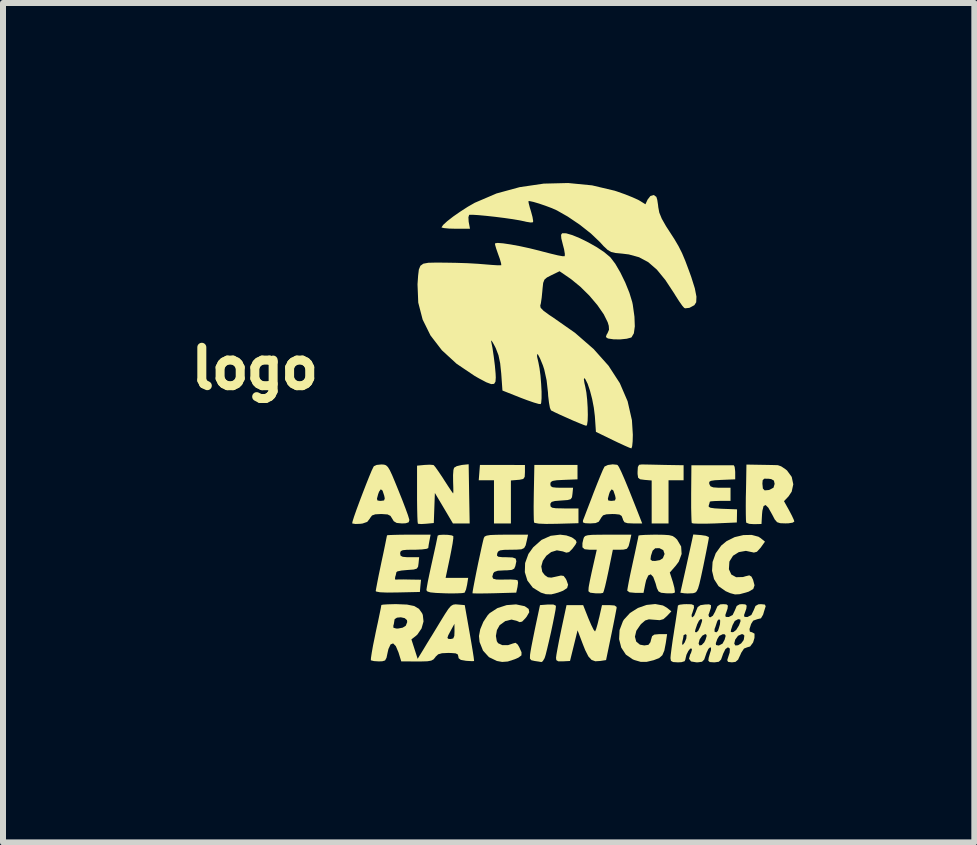
<source format=kicad_pcb>
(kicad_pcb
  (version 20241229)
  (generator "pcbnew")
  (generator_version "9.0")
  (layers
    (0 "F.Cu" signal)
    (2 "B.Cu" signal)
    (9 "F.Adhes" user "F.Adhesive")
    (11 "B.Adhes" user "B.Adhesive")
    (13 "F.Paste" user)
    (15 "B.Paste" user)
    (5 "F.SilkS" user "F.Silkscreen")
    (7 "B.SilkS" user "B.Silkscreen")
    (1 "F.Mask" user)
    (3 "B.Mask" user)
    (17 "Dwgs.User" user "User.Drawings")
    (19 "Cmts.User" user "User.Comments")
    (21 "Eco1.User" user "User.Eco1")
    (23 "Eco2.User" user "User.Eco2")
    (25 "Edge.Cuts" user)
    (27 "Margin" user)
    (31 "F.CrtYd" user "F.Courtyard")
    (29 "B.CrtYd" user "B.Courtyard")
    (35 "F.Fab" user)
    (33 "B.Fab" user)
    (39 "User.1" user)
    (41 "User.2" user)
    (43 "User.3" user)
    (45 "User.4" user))
  (footprint "logo"
    (layer "F.Cu")
    (at 6.277 4.359)
    (property "Reference" "logo" (at -5.08 -1.27 0) (layer "F.SilkS") (effects (font (size 0.64 0.64) (thickness 0.15))))
    (attr smd)
    (fp_poly (pts (xy -0.954 0.339) (xy -0.579 0.34) (xy -0.579 0.459) (xy -0.583 0.537) (xy -0.607 0.573) (xy -0.67 0.586) (xy -0.696 0.588) (xy -0.813 0.598) (xy -0.813 0.956) (xy -0.813 1.314) (xy -0.954 1.314) (xy -1.095 1.314) (xy -1.095 0.954) (xy -1.095 0.594) (xy -1.222 0.594) (xy -1.349 0.594) (xy -1.339 0.467) (xy -1.329 0.339)) (stroke (width 0) (type solid)) (fill yes) (layer "F.SilkS"))
    (fp_poly (pts (xy 1.369 0.331) (xy 1.429 0.332) (xy 1.535 0.334) (xy 1.668 0.337) (xy 1.752 0.339) (xy 2.065 0.344) (xy 2.065 0.469) (xy 2.065 0.594) (xy 1.939 0.594) (xy 1.814 0.594) (xy 1.814 0.954) (xy 1.814 1.314) (xy 1.674 1.314) (xy 1.533 1.314) (xy 1.533 0.956) (xy 1.533 0.598) (xy 1.415 0.588) (xy 1.34 0.578) (xy 1.307 0.552) (xy 1.298 0.49) (xy 1.298 0.454) (xy 1.303 0.373) (xy 1.323 0.337) (xy 1.368 0.331)) (stroke (width 0) (type solid)) (fill yes) (layer "F.SilkS"))
    (fp_poly (pts (xy 2.356 1.508) (xy 2.437 1.52) (xy 2.482 1.54) (xy 2.487 1.548) (xy 2.48 1.589) (xy 2.463 1.679) (xy 2.438 1.806) (xy 2.407 1.959) (xy 2.394 2.023) (xy 2.357 2.196) (xy 2.329 2.318) (xy 2.306 2.397) (xy 2.284 2.443) (xy 2.26 2.466) (xy 2.23 2.475) (xy 2.222 2.477) (xy 2.132 2.481) (xy 2.077 2.478) (xy 2.011 2.468) (xy 2.065 2.227) (xy 2.101 2.067) (xy 2.141 1.886) (xy 2.173 1.742) (xy 2.226 1.498)) (stroke (width 0) (type solid)) (fill yes) (layer "F.SilkS"))
    (fp_poly (pts (xy -0.066 2.683) (xy -0.063 2.699) (xy -0.069 2.752) (xy -0.088 2.852) (xy -0.114 2.982) (xy -0.145 3.128) (xy -0.178 3.273) (xy -0.209 3.404) (xy -0.234 3.504) (xy -0.251 3.558) (xy -0.282 3.61) (xy -0.304 3.624) (xy -0.35 3.616) (xy -0.418 3.606) (xy -0.474 3.593) (xy -0.496 3.565) (xy -0.494 3.503) (xy -0.488 3.462) (xy -0.473 3.375) (xy -0.448 3.248) (xy -0.418 3.099) (xy -0.398 3.003) (xy -0.328 2.675) (xy -0.195 2.665) (xy -0.106 2.665)) (stroke (width 0) (type solid)) (fill yes) (layer "F.SilkS"))
    (fp_poly (pts (xy -1.865 1.504) (xy -1.8 1.513) (xy -1.773 1.525) (xy -1.773 1.563) (xy -1.785 1.649) (xy -1.807 1.769) (xy -1.83 1.885) (xy -1.901 2.221) (xy -1.713 2.221) (xy -1.525 2.221) (xy -1.543 2.336) (xy -1.561 2.415) (xy -1.583 2.465) (xy -1.586 2.468) (xy -1.626 2.475) (xy -1.714 2.479) (xy -1.835 2.48) (xy -1.916 2.478) (xy -2.061 2.472) (xy -2.154 2.463) (xy -2.204 2.448) (xy -2.221 2.427) (xy -2.221 2.423) (xy -2.214 2.377) (xy -2.197 2.282) (xy -2.17 2.152) (xy -2.137 1.999) (xy -2.127 1.955) (xy -2.093 1.801) (xy -2.064 1.67) (xy -2.044 1.573) (xy -2.034 1.522) (xy -2.033 1.517) (xy -2.006 1.506) (xy -1.942 1.502)) (stroke (width 0) (type solid)) (fill yes) (layer "F.SilkS"))
    (fp_poly (pts (xy 1.172 1.603) (xy 1.149 1.692) (xy 1.12 1.736) (xy 1.065 1.75) (xy 1.004 1.752) (xy 0.886 1.752) (xy 0.814 2.104) (xy 0.784 2.244) (xy 0.757 2.361) (xy 0.735 2.441) (xy 0.723 2.471) (xy 0.682 2.479) (xy 0.605 2.479) (xy 0.585 2.477) (xy 0.509 2.468) (xy 0.479 2.444) (xy 0.482 2.385) (xy 0.487 2.352) (xy 0.504 2.264) (xy 0.53 2.141) (xy 0.56 2.007) (xy 0.563 1.994) (xy 0.618 1.752) (xy 0.497 1.752) (xy 0.416 1.744) (xy 0.379 1.712) (xy 0.379 1.643) (xy 0.395 1.572) (xy 0.406 1.543) (xy 0.426 1.523) (xy 0.467 1.511) (xy 0.539 1.504) (xy 0.653 1.502) (xy 0.804 1.501) (xy 1.194 1.501)) (stroke (width 0) (type solid)) (fill yes) (layer "F.SilkS"))
    (fp_poly (pts (xy 3.312 1.535) (xy 3.345 1.556) (xy 3.421 1.617) (xy 3.349 1.718) (xy 3.287 1.786) (xy 3.235 1.8) (xy 3.226 1.797) (xy 3.103 1.771) (xy 2.985 1.792) (xy 2.889 1.852) (xy 2.831 1.944) (xy 2.828 1.954) (xy 2.82 2.077) (xy 2.86 2.165) (xy 2.941 2.21) (xy 3.055 2.207) (xy 3.094 2.195) (xy 3.16 2.179) (xy 3.196 2.2) (xy 3.223 2.254) (xy 3.247 2.345) (xy 3.226 2.406) (xy 3.151 2.45) (xy 3.104 2.465) (xy 2.999 2.493) (xy 2.922 2.497) (xy 2.843 2.476) (xy 2.766 2.443) (xy 2.647 2.359) (xy 2.572 2.241) (xy 2.539 2.103) (xy 2.548 1.956) (xy 2.6 1.811) (xy 2.693 1.682) (xy 2.784 1.607) (xy 2.916 1.542) (xy 3.061 1.508) (xy 3.199 1.505)) (stroke (width 0) (type solid)) (fill yes) (layer "F.SilkS"))
    (fp_poly (pts (xy -1.509 0.821) (xy -1.5 1.314) (xy -1.639 1.314) (xy -1.779 1.314) (xy -1.929 1.06) (xy -2.08 0.806) (xy -2.089 1.057) (xy -2.098 1.307) (xy -2.224 1.319) (xy -2.306 1.324) (xy -2.357 1.32) (xy -2.363 1.317) (xy -2.368 1.283) (xy -2.372 1.197) (xy -2.375 1.071) (xy -2.377 0.915) (xy -2.377 0.827) (xy -2.377 0.351) (xy -2.251 0.339) (xy -2.165 0.335) (xy -2.107 0.34) (xy -2.099 0.343) (xy -2.071 0.376) (xy -2.02 0.448) (xy -1.954 0.546) (xy -1.928 0.587) (xy -1.862 0.689) (xy -1.81 0.767) (xy -1.78 0.809) (xy -1.775 0.813) (xy -1.772 0.785) (xy -1.773 0.711) (xy -1.776 0.618) (xy -1.777 0.509) (xy -1.771 0.424) (xy -1.76 0.386) (xy -1.715 0.359) (xy -1.637 0.341) (xy -1.627 0.339) (xy -1.517 0.328)) (stroke (width 0) (type solid)) (fill yes) (layer "F.SilkS"))
    (fp_poly (pts (xy -0.588 2.692) (xy -0.58 2.695) (xy -0.517 2.739) (xy -0.507 2.793) (xy -0.551 2.869) (xy -0.573 2.896) (xy -0.626 2.95) (xy -0.668 2.959) (xy -0.709 2.94) (xy -0.802 2.916) (xy -0.906 2.941) (xy -1 3.009) (xy -1.046 3.091) (xy -1.063 3.189) (xy -1.048 3.276) (xy -1.026 3.31) (xy -0.956 3.342) (xy -0.86 3.342) (xy -0.781 3.315) (xy -0.735 3.303) (xy -0.699 3.333) (xy -0.674 3.376) (xy -0.636 3.461) (xy -0.637 3.512) (xy -0.687 3.55) (xy -0.751 3.578) (xy -0.865 3.615) (xy -0.959 3.622) (xy -1.047 3.606) (xy -1.179 3.542) (xy -1.278 3.433) (xy -1.335 3.29) (xy -1.345 3.19) (xy -1.324 3.078) (xy -1.272 2.953) (xy -1.2 2.844) (xy -1.167 2.809) (xy -1.038 2.725) (xy -0.884 2.675) (xy -0.727 2.663)) (stroke (width 0) (type solid)) (fill yes) (layer "F.SilkS"))
    (fp_poly (pts (xy 0.112 1.514) (xy 0.204 1.547) (xy 0.266 1.592) (xy 0.282 1.627) (xy 0.263 1.667) (xy 0.217 1.729) (xy 0.211 1.737) (xy 0.157 1.791) (xy 0.111 1.801) (xy 0.052 1.78) (xy -0.047 1.762) (xy -0.142 1.791) (xy -0.223 1.853) (xy -0.281 1.937) (xy -0.307 2.031) (xy -0.29 2.121) (xy -0.249 2.175) (xy -0.197 2.211) (xy -0.139 2.217) (xy -0.06 2.2) (xy 0.021 2.182) (xy 0.066 2.189) (xy 0.099 2.232) (xy 0.114 2.26) (xy 0.14 2.335) (xy 0.124 2.39) (xy 0.057 2.435) (xy -0.028 2.467) (xy -0.14 2.496) (xy -0.231 2.493) (xy -0.313 2.467) (xy -0.448 2.384) (xy -0.538 2.266) (xy -0.581 2.126) (xy -0.576 1.974) (xy -0.521 1.822) (xy -0.442 1.712) (xy -0.302 1.588) (xy -0.151 1.52) (xy 0.008 1.501)) (stroke (width 0) (type solid)) (fill yes) (layer "F.SilkS"))
    (fp_poly (pts (xy 0.481 2.902) (xy 0.526 3.006) (xy 0.563 3.081) (xy 0.587 3.112) (xy 0.591 3.111) (xy 0.607 3.074) (xy 0.631 2.992) (xy 0.657 2.885) (xy 0.658 2.884) (xy 0.705 2.675) (xy 0.83 2.675) (xy 0.914 2.681) (xy 0.947 2.704) (xy 0.949 2.721) (xy 0.94 2.768) (xy 0.922 2.863) (xy 0.896 2.994) (xy 0.865 3.147) (xy 0.858 3.18) (xy 0.773 3.591) (xy 0.676 3.606) (xy 0.594 3.611) (xy 0.531 3.588) (xy 0.478 3.53) (xy 0.426 3.427) (xy 0.388 3.332) (xy 0.298 3.095) (xy 0.235 3.351) (xy 0.172 3.606) (xy 0.055 3.612) (xy -0.023 3.612) (xy -0.056 3.592) (xy -0.061 3.553) (xy -0.054 3.499) (xy -0.036 3.398) (xy -0.01 3.262) (xy 0.022 3.107) (xy 0.027 3.081) (xy 0.114 2.675) (xy 0.253 2.675) (xy 0.391 2.675)) (stroke (width 0) (type solid)) (fill yes) (layer "F.SilkS"))
    (fp_poly (pts (xy -0.063 0.339) (xy 0.297 0.339) (xy 0.297 0.459) (xy 0.297 0.579) (xy 0.07 0.588) (xy -0.048 0.594) (xy -0.116 0.605) (xy -0.148 0.624) (xy -0.156 0.654) (xy -0.156 0.658) (xy -0.149 0.692) (xy -0.118 0.711) (xy -0.049 0.718) (xy 0.033 0.719) (xy 0.223 0.719) (xy 0.213 0.821) (xy 0.205 0.878) (xy 0.183 0.91) (xy 0.133 0.924) (xy 0.037 0.931) (xy 0.023 0.932) (xy -0.079 0.94) (xy -0.134 0.955) (xy -0.154 0.982) (xy -0.156 1.003) (xy -0.15 1.034) (xy -0.124 1.052) (xy -0.064 1.061) (xy 0.042 1.063) (xy 0.078 1.064) (xy 0.313 1.064) (xy 0.313 1.187) (xy 0.313 1.31) (xy -0.051 1.32) (xy -0.226 1.322) (xy -0.349 1.317) (xy -0.416 1.305) (xy -0.427 1.297) (xy -0.431 1.255) (xy -0.433 1.163) (xy -0.434 1.033) (xy -0.432 0.875) (xy -0.431 0.802) (xy -0.422 0.339)) (stroke (width 0) (type solid)) (fill yes) (layer "F.SilkS"))
    (fp_poly (pts (xy 1.721 2.681) (xy 1.787 2.719) (xy 1.861 2.779) (xy 1.786 2.858) (xy 1.729 2.909) (xy 1.668 2.926) (xy 1.576 2.919) (xy 1.486 2.912) (xy 1.425 2.931) (xy 1.362 2.985) (xy 1.346 3.002) (xy 1.277 3.103) (xy 1.254 3.201) (xy 1.275 3.282) (xy 1.337 3.334) (xy 1.41 3.347) (xy 1.479 3.337) (xy 1.512 3.293) (xy 1.522 3.253) (xy 1.54 3.192) (xy 1.577 3.166) (xy 1.653 3.159) (xy 1.665 3.159) (xy 1.79 3.159) (xy 1.768 3.308) (xy 1.744 3.432) (xy 1.711 3.51) (xy 1.657 3.558) (xy 1.571 3.591) (xy 1.57 3.592) (xy 1.448 3.621) (xy 1.351 3.621) (xy 1.247 3.591) (xy 1.218 3.579) (xy 1.103 3.5) (xy 1.026 3.383) (xy 0.99 3.242) (xy 0.998 3.091) (xy 1.054 2.943) (xy 1.071 2.916) (xy 1.172 2.806) (xy 1.303 2.723) (xy 1.448 2.672) (xy 1.593 2.657)) (stroke (width 0) (type solid)) (fill yes) (layer "F.SilkS"))
    (fp_poly (pts (xy 2.916 0.372) (xy 2.924 0.44) (xy 2.925 0.461) (xy 2.925 0.579) (xy 2.701 0.588) (xy 2.586 0.594) (xy 2.52 0.604) (xy 2.493 0.621) (xy 2.492 0.649) (xy 2.494 0.658) (xy 2.513 0.695) (xy 2.559 0.713) (xy 2.646 0.719) (xy 2.678 0.719) (xy 2.847 0.719) (xy 2.847 0.829) (xy 2.847 0.938) (xy 2.675 0.938) (xy 2.58 0.941) (xy 2.518 0.946) (xy 2.502 0.952) (xy 2.493 0.988) (xy 2.484 1.013) (xy 2.484 1.037) (xy 2.514 1.053) (xy 2.585 1.063) (xy 2.707 1.07) (xy 2.711 1.07) (xy 2.956 1.079) (xy 2.954 1.189) (xy 2.952 1.298) (xy 2.583 1.314) (xy 2.438 1.318) (xy 2.318 1.318) (xy 2.234 1.315) (xy 2.201 1.308) (xy 2.197 1.27) (xy 2.194 1.182) (xy 2.191 1.054) (xy 2.191 0.897) (xy 2.191 0.815) (xy 2.195 0.344) (xy 2.536 0.344) (xy 2.677 0.344) (xy 2.794 0.344) (xy 2.874 0.344) (xy 2.901 0.344)) (stroke (width 0) (type solid)) (fill yes) (layer "F.SilkS"))
    (fp_poly (pts (xy 0.952 0.336) (xy 0.965 0.341) (xy 0.987 0.373) (xy 1.027 0.454) (xy 1.084 0.585) (xy 1.16 0.769) (xy 1.255 1.008) (xy 1.311 1.15) (xy 1.375 1.314) (xy 1.223 1.314) (xy 1.13 1.31) (xy 1.08 1.294) (xy 1.057 1.257) (xy 1.051 1.236) (xy 1.032 1.189) (xy 0.996 1.166) (xy 0.923 1.158) (xy 0.875 1.157) (xy 0.778 1.162) (xy 0.723 1.179) (xy 0.691 1.219) (xy 0.682 1.236) (xy 0.65 1.286) (xy 0.598 1.308) (xy 0.508 1.314) (xy 0.423 1.31) (xy 0.387 1.296) (xy 0.388 1.266) (xy 0.39 1.259) (xy 0.409 1.211) (xy 0.445 1.116) (xy 0.494 0.989) (xy 0.528 0.901) (xy 0.803 0.901) (xy 0.81 0.931) (xy 0.853 0.938) (xy 0.867 0.938) (xy 0.921 0.931) (xy 0.933 0.897) (xy 0.924 0.852) (xy 0.895 0.767) (xy 0.867 0.745) (xy 0.837 0.785) (xy 0.822 0.828) (xy 0.803 0.901) (xy 0.528 0.901) (xy 0.551 0.84) (xy 0.567 0.798) (xy 0.626 0.648) (xy 0.678 0.52) (xy 0.719 0.423) (xy 0.745 0.371) (xy 0.749 0.365) (xy 0.803 0.34) (xy 0.884 0.329)) (stroke (width 0) (type solid)) (fill yes) (layer "F.SilkS"))
    (fp_poly (pts (xy 3.347 0.337) (xy 3.469 0.339) (xy 3.571 0.341) (xy 3.633 0.343) (xy 3.636 0.343) (xy 3.692 0.363) (xy 3.766 0.413) (xy 3.789 0.432) (xy 3.867 0.539) (xy 3.893 0.662) (xy 3.866 0.785) (xy 3.813 0.864) (xy 3.738 0.943) (xy 3.824 1.097) (xy 3.871 1.187) (xy 3.903 1.257) (xy 3.91 1.283) (xy 3.882 1.301) (xy 3.811 1.312) (xy 3.762 1.313) (xy 3.675 1.31) (xy 3.623 1.293) (xy 3.584 1.248) (xy 3.538 1.16) (xy 3.536 1.157) (xy 3.477 1.052) (xy 3.431 1.007) (xy 3.398 1.024) (xy 3.378 1.102) (xy 3.372 1.162) (xy 3.363 1.323) (xy 3.241 1.326) (xy 3.161 1.321) (xy 3.112 1.303) (xy 3.108 1.297) (xy 3.104 1.255) (xy 3.102 1.163) (xy 3.101 1.032) (xy 3.102 0.875) (xy 3.104 0.799) (xy 3.107 0.65) (xy 3.378 0.65) (xy 3.386 0.732) (xy 3.416 0.763) (xy 3.484 0.757) (xy 3.498 0.753) (xy 3.563 0.718) (xy 3.582 0.655) (xy 3.57 0.6) (xy 3.525 0.575) (xy 3.48 0.569) (xy 3.41 0.568) (xy 3.383 0.593) (xy 3.378 0.65) (xy 3.107 0.65) (xy 3.112 0.333)) (stroke (width 0) (type solid)) (fill yes) (layer "F.SilkS"))
    (fp_poly (pts (xy -2.17 1.599) (xy -2.184 1.676) (xy -2.19 1.724) (xy -2.19 1.724) (xy -2.218 1.737) (xy -2.294 1.747) (xy -2.402 1.752) (xy -2.424 1.752) (xy -2.544 1.753) (xy -2.615 1.76) (xy -2.648 1.775) (xy -2.658 1.803) (xy -2.659 1.814) (xy -2.651 1.852) (xy -2.616 1.87) (xy -2.54 1.877) (xy -2.5 1.877) (xy -2.342 1.877) (xy -2.352 1.979) (xy -2.36 2.036) (xy -2.382 2.067) (xy -2.432 2.082) (xy -2.528 2.089) (xy -2.542 2.09) (xy -2.638 2.099) (xy -2.704 2.113) (xy -2.721 2.126) (xy -2.732 2.177) (xy -2.741 2.204) (xy -2.745 2.244) (xy -2.733 2.25) (xy -2.689 2.248) (xy -2.603 2.247) (xy -2.508 2.249) (xy -2.311 2.252) (xy -2.321 2.354) (xy -2.33 2.456) (xy -2.698 2.464) (xy -2.874 2.466) (xy -2.995 2.461) (xy -3.057 2.449) (xy -3.066 2.441) (xy -3.059 2.4) (xy -3.042 2.31) (xy -3.017 2.182) (xy -2.985 2.029) (xy -2.972 1.966) (xy -2.938 1.808) (xy -2.91 1.673) (xy -2.89 1.573) (xy -2.879 1.519) (xy -2.878 1.512) (xy -2.849 1.508) (xy -2.769 1.505) (xy -2.652 1.502) (xy -2.514 1.501) (xy -2.151 1.501)) (stroke (width 0) (type solid)) (fill yes) (layer "F.SilkS"))
    (fp_poly (pts (xy -0.549 1.603) (xy -0.567 1.679) (xy -0.592 1.723) (xy -0.638 1.745) (xy -0.72 1.751) (xy -0.811 1.752) (xy -0.926 1.754) (xy -0.994 1.763) (xy -1.027 1.783) (xy -1.041 1.814) (xy -1.045 1.85) (xy -1.022 1.869) (xy -0.959 1.876) (xy -0.889 1.877) (xy -0.786 1.881) (xy -0.734 1.899) (xy -0.722 1.944) (xy -0.739 2.025) (xy -0.758 2.067) (xy -0.797 2.088) (xy -0.875 2.095) (xy -0.923 2.096) (xy -1.031 2.102) (xy -1.089 2.122) (xy -1.107 2.145) (xy -1.123 2.202) (xy -1.108 2.235) (xy -1.053 2.249) (xy -0.947 2.25) (xy -0.923 2.249) (xy -0.815 2.248) (xy -0.735 2.253) (xy -0.701 2.261) (xy -0.694 2.301) (xy -0.703 2.373) (xy -0.703 2.373) (xy -0.724 2.467) (xy -1.084 2.477) (xy -1.227 2.48) (xy -1.345 2.481) (xy -1.424 2.48) (xy -1.453 2.478) (xy -1.45 2.446) (xy -1.436 2.367) (xy -1.414 2.252) (xy -1.387 2.115) (xy -1.357 1.969) (xy -1.326 1.826) (xy -1.299 1.701) (xy -1.277 1.605) (xy -1.264 1.556) (xy -1.25 1.532) (xy -1.217 1.517) (xy -1.156 1.507) (xy -1.054 1.503) (xy -0.902 1.501) (xy -0.887 1.501) (xy -0.527 1.501)) (stroke (width 0) (type solid)) (fill yes) (layer "F.SilkS"))
    (fp_poly (pts (xy -2.967 0.331) (xy -2.926 0.334) (xy -2.894 0.345) (xy -2.864 0.373) (xy -2.831 0.426) (xy -2.79 0.514) (xy -2.735 0.646) (xy -2.685 0.769) (xy -2.622 0.926) (xy -2.569 1.065) (xy -2.529 1.175) (xy -2.508 1.244) (xy -2.505 1.259) (xy -2.517 1.295) (xy -2.565 1.311) (xy -2.628 1.314) (xy -2.716 1.306) (xy -2.765 1.277) (xy -2.79 1.236) (xy -2.82 1.188) (xy -2.868 1.164) (xy -2.953 1.158) (xy -2.977 1.157) (xy -3.073 1.162) (xy -3.127 1.181) (xy -3.159 1.223) (xy -3.164 1.233) (xy -3.207 1.288) (xy -3.284 1.315) (xy -3.322 1.32) (xy -3.403 1.323) (xy -3.453 1.315) (xy -3.458 1.311) (xy -3.451 1.277) (xy -3.426 1.198) (xy -3.386 1.084) (xy -3.336 0.949) (xy -3.318 0.901) (xy -3.045 0.901) (xy -3.037 0.931) (xy -2.995 0.938) (xy -2.981 0.938) (xy -2.927 0.931) (xy -2.915 0.897) (xy -2.924 0.852) (xy -2.952 0.767) (xy -2.981 0.745) (xy -3.01 0.785) (xy -3.026 0.828) (xy -3.045 0.901) (xy -3.318 0.901) (xy -3.281 0.804) (xy -3.226 0.662) (xy -3.175 0.534) (xy -3.133 0.433) (xy -3.103 0.371) (xy -3.096 0.36) (xy -3.05 0.339) (xy -2.972 0.331)) (stroke (width 0) (type solid)) (fill yes) (layer "F.SilkS"))
    (fp_poly (pts (xy 1.733 1.503) (xy 1.822 1.509) (xy 1.88 1.523) (xy 1.922 1.55) (xy 1.957 1.584) (xy 2.024 1.698) (xy 2.032 1.823) (xy 1.984 1.952) (xy 1.934 2.019) (xy 1.835 2.132) (xy 1.887 2.293) (xy 1.911 2.385) (xy 1.92 2.45) (xy 1.915 2.47) (xy 1.872 2.479) (xy 1.793 2.479) (xy 1.765 2.477) (xy 1.69 2.469) (xy 1.647 2.446) (xy 1.62 2.392) (xy 1.598 2.312) (xy 1.559 2.206) (xy 1.518 2.162) (xy 1.477 2.18) (xy 1.441 2.259) (xy 1.426 2.323) (xy 1.397 2.471) (xy 1.262 2.471) (xy 1.164 2.462) (xy 1.127 2.435) (xy 1.126 2.43) (xy 1.133 2.386) (xy 1.15 2.293) (xy 1.176 2.164) (xy 1.209 2.011) (xy 1.22 1.96) (xy 1.23 1.914) (xy 1.513 1.914) (xy 1.54 1.937) (xy 1.591 1.939) (xy 1.67 1.925) (xy 1.719 1.894) (xy 1.748 1.823) (xy 1.726 1.759) (xy 1.662 1.726) (xy 1.592 1.728) (xy 1.549 1.768) (xy 1.521 1.853) (xy 1.513 1.914) (xy 1.23 1.914) (xy 1.254 1.805) (xy 1.282 1.672) (xy 1.303 1.574) (xy 1.313 1.521) (xy 1.314 1.516) (xy 1.343 1.51) (xy 1.42 1.505) (xy 1.533 1.502) (xy 1.597 1.501)) (stroke (width 0) (type solid)) (fill yes) (layer "F.SilkS"))
    (fp_poly (pts (xy 0.54 -4.32) (xy 0.916 -4.231) (xy 0.953 -4.219) (xy 1.089 -4.171) (xy 1.214 -4.121) (xy 1.307 -4.079) (xy 1.332 -4.065) (xy 1.429 -4.005) (xy 1.465 -4.083) (xy 1.512 -4.143) (xy 1.568 -4.159) (xy 1.611 -4.128) (xy 1.626 -4.079) (xy 1.639 -3.994) (xy 1.643 -3.956) (xy 1.66 -3.866) (xy 1.701 -3.765) (xy 1.772 -3.64) (xy 1.825 -3.558) (xy 1.913 -3.422) (xy 1.981 -3.306) (xy 2.039 -3.191) (xy 2.094 -3.06) (xy 2.155 -2.897) (xy 2.193 -2.792) (xy 2.252 -2.604) (xy 2.279 -2.466) (xy 2.275 -2.372) (xy 2.244 -2.323) (xy 2.162 -2.279) (xy 2.091 -2.271) (xy 2.074 -2.279) (xy 2.043 -2.314) (xy 1.991 -2.388) (xy 1.927 -2.488) (xy 1.909 -2.518) (xy 1.76 -2.744) (xy 1.619 -2.916) (xy 1.476 -3.04) (xy 1.323 -3.122) (xy 1.152 -3.169) (xy 1.037 -3.183) (xy 0.93 -3.193) (xy 0.857 -3.21) (xy 0.798 -3.245) (xy 0.732 -3.307) (xy 0.668 -3.377) (xy 0.52 -3.518) (xy 0.335 -3.664) (xy 0.134 -3.8) (xy -0.047 -3.903) (xy -0.13 -3.94) (xy -0.234 -3.979) (xy -0.342 -4.016) (xy -0.437 -4.044) (xy -0.502 -4.058) (xy -0.521 -4.057) (xy -0.517 -4.025) (xy -0.498 -3.951) (xy -0.478 -3.886) (xy -0.453 -3.793) (xy -0.442 -3.726) (xy -0.445 -3.705) (xy -0.484 -3.701) (xy -0.558 -3.713) (xy -0.586 -3.72) (xy -0.667 -3.737) (xy -0.786 -3.757) (xy -0.927 -3.777) (xy -1.078 -3.796) (xy -1.225 -3.812) (xy -1.355 -3.824) (xy -1.452 -3.83) (xy -1.505 -3.829) (xy -1.509 -3.827) (xy -1.521 -3.789) (xy -1.517 -3.716) (xy -1.515 -3.704) (xy -1.495 -3.597) (xy -1.733 -3.597) (xy -1.845 -3.6) (xy -1.929 -3.608) (xy -1.968 -3.618) (xy -1.969 -3.621) (xy -1.942 -3.661) (xy -1.873 -3.724) (xy -1.774 -3.801) (xy -1.656 -3.883) (xy -1.532 -3.963) (xy -1.413 -4.031) (xy -1.408 -4.033) (xy -1.053 -4.185) (xy -0.668 -4.29) (xy -0.266 -4.349) (xy 0.141 -4.359)) (stroke (width 0) (type solid)) (fill yes) (layer "F.SilkS"))
    (fp_poly (pts (xy -2.544 2.666) (xy -2.425 2.69) (xy -2.345 2.737) (xy -2.293 2.81) (xy -2.281 2.839) (xy -2.269 2.947) (xy -2.302 3.064) (xy -2.371 3.165) (xy -2.395 3.187) (xy -2.471 3.246) (xy -2.419 3.408) (xy -2.367 3.57) (xy -2.27 3.412) (xy -2.213 3.317) (xy -2.155 3.222) (xy -1.871 3.222) (xy -1.853 3.238) (xy -1.814 3.24) (xy -1.774 3.23) (xy -1.756 3.188) (xy -1.753 3.114) (xy -1.754 2.987) (xy -1.814 3.097) (xy -1.858 3.18) (xy -1.871 3.222) (xy -2.155 3.222) (xy -2.134 3.189) (xy -2.047 3.046) (xy -1.992 2.955) (xy -1.912 2.825) (xy -1.856 2.74) (xy -1.813 2.69) (xy -1.776 2.668) (xy -1.735 2.662) (xy -1.696 2.665) (xy -1.582 2.675) (xy -1.501 3.136) (xy -1.473 3.298) (xy -1.45 3.436) (xy -1.434 3.54) (xy -1.427 3.598) (xy -1.427 3.607) (xy -1.461 3.609) (xy -1.534 3.605) (xy -1.562 3.603) (xy -1.647 3.588) (xy -1.684 3.56) (xy -1.689 3.531) (xy -1.698 3.497) (xy -1.734 3.479) (xy -1.811 3.473) (xy -1.858 3.472) (xy -1.962 3.477) (xy -2.025 3.495) (xy -2.066 3.533) (xy -2.073 3.544) (xy -2.102 3.579) (xy -2.141 3.6) (xy -2.205 3.611) (xy -2.309 3.614) (xy -2.38 3.614) (xy -2.64 3.613) (xy -2.686 3.464) (xy -2.731 3.358) (xy -2.776 3.313) (xy -2.818 3.33) (xy -2.854 3.407) (xy -2.867 3.464) (xy -2.886 3.553) (xy -2.91 3.597) (xy -2.956 3.611) (xy -3.014 3.613) (xy -3.094 3.608) (xy -3.143 3.596) (xy -3.147 3.592) (xy -3.145 3.555) (xy -3.132 3.469) (xy -3.11 3.345) (xy -3.079 3.194) (xy -3.066 3.129) (xy -3.042 3.016) (xy -2.772 3.016) (xy -2.771 3.052) (xy -2.725 3.065) (xy -2.697 3.066) (xy -2.617 3.051) (xy -2.565 3.019) (xy -2.541 2.958) (xy -2.545 2.925) (xy -2.583 2.892) (xy -2.647 2.878) (xy -2.711 2.884) (xy -2.75 2.909) (xy -2.753 2.922) (xy -2.764 2.991) (xy -2.772 3.016) (xy -3.042 3.016) (xy -3.032 2.972) (xy -3.004 2.837) (xy -2.983 2.736) (xy -2.973 2.68) (xy -2.972 2.673) (xy -2.943 2.667) (xy -2.866 2.662) (xy -2.756 2.659) (xy -2.713 2.659)) (stroke (width 0) (type solid)) (fill yes) (layer "F.SilkS"))
    (fp_poly (pts (xy 0.108 -3.521) (xy 0.211 -3.491) (xy 0.339 -3.438) (xy 0.478 -3.369) (xy 0.616 -3.291) (xy 0.738 -3.21) (xy 0.832 -3.132) (xy 0.846 -3.119) (xy 0.926 -3.014) (xy 1.011 -2.868) (xy 1.093 -2.7) (xy 1.162 -2.529) (xy 1.209 -2.375) (xy 1.218 -2.332) (xy 1.246 -2.131) (xy 1.252 -1.97) (xy 1.236 -1.854) (xy 1.198 -1.789) (xy 1.191 -1.784) (xy 1.117 -1.764) (xy 1.011 -1.753) (xy 0.9 -1.754) (xy 0.812 -1.767) (xy 0.801 -1.77) (xy 0.77 -1.792) (xy 0.781 -1.83) (xy 0.797 -1.856) (xy 0.822 -1.914) (xy 0.818 -1.979) (xy 0.8 -2.039) (xy 0.734 -2.172) (xy 0.628 -2.325) (xy 0.494 -2.483) (xy 0.344 -2.631) (xy 0.19 -2.757) (xy 0.167 -2.773) (xy -0.002 -2.889) (xy -0.138 -2.823) (xy -0.212 -2.785) (xy -0.254 -2.749) (xy -0.275 -2.695) (xy -0.285 -2.605) (xy -0.289 -2.559) (xy -0.3 -2.448) (xy -0.313 -2.358) (xy -0.324 -2.315) (xy -0.317 -2.279) (xy -0.267 -2.228) (xy -0.169 -2.157) (xy -0.114 -2.121) (xy 0.256 -1.862) (xy 0.565 -1.593) (xy 0.814 -1.314) (xy 1.002 -1.024) (xy 1.132 -0.722) (xy 1.204 -0.406) (xy 1.219 -0.164) (xy 1.216 -0.054) (xy 1.208 0.026) (xy 1.196 0.062) (xy 1.194 0.063) (xy 1.157 0.05) (xy 1.077 0.015) (xy 0.967 -0.036) (xy 0.886 -0.075) (xy 0.604 -0.212) (xy 0.586 -0.475) (xy 0.569 -0.614) (xy 0.541 -0.76) (xy 0.505 -0.898) (xy 0.466 -1.013) (xy 0.428 -1.089) (xy 0.41 -1.109) (xy 0.403 -1.09) (xy 0.412 -1.027) (xy 0.427 -0.962) (xy 0.445 -0.867) (xy 0.458 -0.748) (xy 0.466 -0.62) (xy 0.469 -0.497) (xy 0.466 -0.396) (xy 0.456 -0.33) (xy 0.444 -0.313) (xy 0.407 -0.325) (xy 0.329 -0.356) (xy 0.224 -0.4) (xy 0.11 -0.451) (xy 0.000352 -0.5) (xy -0.089 -0.542) (xy -0.142 -0.569) (xy -0.144 -0.57) (xy -0.162 -0.61) (xy -0.178 -0.696) (xy -0.192 -0.813) (xy -0.195 -0.867) (xy -0.218 -1.072) (xy -0.258 -1.254) (xy -0.28 -1.321) (xy -0.327 -1.435) (xy -0.36 -1.498) (xy -0.377 -1.508) (xy -0.376 -1.462) (xy -0.354 -1.367) (xy -0.336 -1.272) (xy -0.32 -1.149) (xy -0.309 -1.014) (xy -0.302 -0.883) (xy -0.302 -0.772) (xy -0.308 -0.697) (xy -0.316 -0.675) (xy -0.351 -0.678) (xy -0.431 -0.701) (xy -0.543 -0.74) (xy -0.644 -0.778) (xy -0.954 -0.901) (xy -0.974 -1.184) (xy -0.992 -1.356) (xy -1.02 -1.489) (xy -1.064 -1.604) (xy -1.078 -1.633) (xy -1.118 -1.706) (xy -1.141 -1.737) (xy -1.142 -1.72) (xy -1.12 -1.611) (xy -1.099 -1.468) (xy -1.08 -1.317) (xy -1.068 -1.184) (xy -1.065 -1.118) (xy -1.07 -1.049) (xy -1.093 -1.012) (xy -1.141 -1.008) (xy -1.222 -1.038) (xy -1.343 -1.102) (xy -1.415 -1.143) (xy -1.718 -1.347) (xy -1.964 -1.573) (xy -2.153 -1.819) (xy -2.284 -2.084) (xy -2.357 -2.366) (xy -2.369 -2.663) (xy -2.369 -2.675) (xy -2.359 -2.818) (xy -2.347 -2.917) (xy -2.321 -2.98) (xy -2.272 -3.015) (xy -2.189 -3.03) (xy -2.062 -3.033) (xy -1.913 -3.032) (xy -1.729 -3.029) (xy -1.537 -3.023) (xy -1.363 -3.013) (xy -1.251 -3.004) (xy -1.129 -2.994) (xy -1.034 -2.988) (xy -0.98 -2.989) (xy -0.973 -2.99) (xy -0.977 -3.023) (xy -0.998 -3.096) (xy -1.025 -3.171) (xy -1.058 -3.265) (xy -1.077 -3.332) (xy -1.077 -3.354) (xy -1.035 -3.361) (xy -0.944 -3.354) (xy -0.816 -3.335) (xy -0.664 -3.307) (xy -0.499 -3.271) (xy -0.333 -3.23) (xy -0.289 -3.218) (xy -0.149 -3.182) (xy -0.032 -3.154) (xy 0.05 -3.139) (xy 0.084 -3.139) (xy 0.086 -3.177) (xy 0.073 -3.256) (xy 0.053 -3.332) (xy 0.027 -3.437) (xy 0.023 -3.495) (xy 0.04 -3.521) (xy 0.042 -3.522)) (stroke (width 0) (type solid)) (fill yes) (layer "F.SilkS"))
    (fp_poly (pts (xy 3.419 2.666) (xy 3.433 2.694) (xy 3.428 2.709) (xy 3.406 2.779) (xy 3.39 2.834) (xy 3.354 2.895) (xy 3.296 2.909) (xy 3.225 2.934) (xy 3.19 2.989) (xy 3.163 3.074) (xy 3.169 3.117) (xy 3.206 3.128) (xy 3.247 3.151) (xy 3.246 3.222) (xy 3.223 3.298) (xy 3.174 3.364) (xy 3.126 3.378) (xy 3.072 3.399) (xy 3.026 3.468) (xy 3.011 3.503) (xy 2.973 3.584) (xy 2.93 3.621) (xy 2.87 3.629) (xy 2.806 3.621) (xy 2.792 3.593) (xy 2.796 3.579) (xy 2.833 3.465) (xy 2.836 3.4) (xy 2.805 3.378) (xy 2.804 3.378) (xy 2.762 3.408) (xy 2.723 3.487) (xy 2.718 3.503) (xy 2.689 3.583) (xy 2.652 3.619) (xy 2.589 3.628) (xy 2.572 3.629) (xy 2.501 3.624) (xy 2.477 3.602) (xy 2.483 3.553) (xy 2.506 3.473) (xy 2.521 3.428) (xy 2.522 3.386) (xy 2.507 3.378) (xy 2.478 3.405) (xy 2.446 3.473) (xy 2.436 3.503) (xy 2.408 3.583) (xy 2.372 3.619) (xy 2.307 3.628) (xy 2.279 3.629) (xy 2.189 3.614) (xy 2.155 3.569) (xy 2.176 3.494) (xy 2.188 3.474) (xy 2.204 3.419) (xy 2.199 3.399) (xy 2.175 3.4) (xy 2.143 3.441) (xy 2.113 3.502) (xy 2.097 3.566) (xy 2.097 3.574) (xy 2.082 3.61) (xy 2.029 3.626) (xy 1.971 3.629) (xy 1.89 3.624) (xy 1.854 3.604) (xy 1.846 3.558) (xy 1.851 3.501) (xy 1.864 3.397) (xy 1.873 3.332) (xy 2.04 3.332) (xy 2.056 3.333) (xy 2.07 3.314) (xy 2.315 3.314) (xy 2.33 3.348) (xy 2.367 3.34) (xy 2.395 3.31) (xy 2.602 3.31) (xy 2.605 3.34) (xy 2.64 3.347) (xy 2.656 3.347) (xy 2.713 3.317) (xy 2.714 3.316) (xy 2.909 3.316) (xy 2.928 3.348) (xy 2.973 3.344) (xy 3.024 3.313) (xy 3.062 3.263) (xy 3.069 3.245) (xy 3.078 3.183) (xy 3.055 3.161) (xy 3.033 3.159) (xy 2.972 3.186) (xy 2.925 3.25) (xy 2.909 3.316) (xy 2.714 3.316) (xy 2.748 3.253) (xy 2.766 3.188) (xy 2.753 3.163) (xy 2.719 3.159) (xy 2.659 3.188) (xy 2.627 3.24) (xy 2.602 3.31) (xy 2.395 3.31) (xy 2.408 3.297) (xy 2.43 3.253) (xy 2.45 3.187) (xy 2.44 3.162) (xy 2.423 3.159) (xy 2.376 3.185) (xy 2.333 3.245) (xy 2.315 3.313) (xy 2.315 3.314) (xy 2.07 3.314) (xy 2.083 3.297) (xy 2.11 3.231) (xy 2.11 3.23) (xy 2.115 3.174) (xy 2.098 3.159) (xy 2.065 3.176) (xy 2.064 3.183) (xy 2.057 3.228) (xy 2.044 3.284) (xy 2.04 3.332) (xy 1.873 3.332) (xy 1.883 3.26) (xy 1.905 3.119) (xy 2.255 3.119) (xy 2.268 3.128) (xy 2.28 3.128) (xy 2.309 3.102) (xy 2.323 3.073) (xy 2.581 3.073) (xy 2.581 3.118) (xy 2.61 3.129) (xy 2.619 3.121) (xy 2.851 3.121) (xy 2.873 3.127) (xy 2.896 3.123) (xy 2.941 3.089) (xy 2.984 3.02) (xy 2.989 3.011) (xy 3.014 2.943) (xy 3.01 2.915) (xy 2.974 2.909) (xy 2.973 2.909) (xy 2.918 2.939) (xy 2.881 3.008) (xy 2.855 3.087) (xy 2.851 3.121) (xy 2.619 3.121) (xy 2.637 3.105) (xy 2.653 3.059) (xy 2.671 2.995) (xy 2.675 2.931) (xy 2.656 2.909) (xy 2.629 2.936) (xy 2.619 2.964) (xy 2.593 3.043) (xy 2.581 3.073) (xy 2.323 3.073) (xy 2.34 3.037) (xy 2.343 3.03) (xy 2.369 2.953) (xy 2.375 2.919) (xy 2.361 2.909) (xy 2.349 2.909) (xy 2.321 2.935) (xy 2.289 3) (xy 2.287 3.008) (xy 2.261 3.084) (xy 2.255 3.119) (xy 1.905 3.119) (xy 1.907 3.105) (xy 1.908 3.097) (xy 1.932 2.947) (xy 1.951 2.82) (xy 1.964 2.728) (xy 1.97 2.684) (xy 1.97 2.682) (xy 1.999 2.668) (xy 2.07 2.66) (xy 2.114 2.659) (xy 2.196 2.661) (xy 2.235 2.677) (xy 2.238 2.72) (xy 2.211 2.804) (xy 2.198 2.839) (xy 2.202 2.874) (xy 2.213 2.878) (xy 2.241 2.851) (xy 2.269 2.786) (xy 2.272 2.776) (xy 2.3 2.708) (xy 2.346 2.676) (xy 2.42 2.665) (xy 2.489 2.662) (xy 2.521 2.676) (xy 2.52 2.719) (xy 2.492 2.805) (xy 2.479 2.839) (xy 2.49 2.873) (xy 2.512 2.878) (xy 2.553 2.851) (xy 2.591 2.782) (xy 2.596 2.768) (xy 2.629 2.694) (xy 2.675 2.663) (xy 2.726 2.659) (xy 2.78 2.663) (xy 2.803 2.683) (xy 2.797 2.734) (xy 2.765 2.827) (xy 2.76 2.841) (xy 2.767 2.872) (xy 2.818 2.873) (xy 2.882 2.84) (xy 2.92 2.761) (xy 2.95 2.689) (xy 2.998 2.662) (xy 3.041 2.659) (xy 3.094 2.663) (xy 3.116 2.684) (xy 3.11 2.735) (xy 3.077 2.829) (xy 3.072 2.841) (xy 3.08 2.872) (xy 3.13 2.873) (xy 3.194 2.84) (xy 3.233 2.761) (xy 3.263 2.689) (xy 3.311 2.662) (xy 3.355 2.659)) (stroke (width 0) (type solid)) (fill yes) (layer "F.SilkS")))
  (gr_rect
    (start -3 -3)
    (end 13.187 10.988)
    (stroke (width 0.1) (type default))
    (fill no)
    (layer "Edge.Cuts")))
</source>
